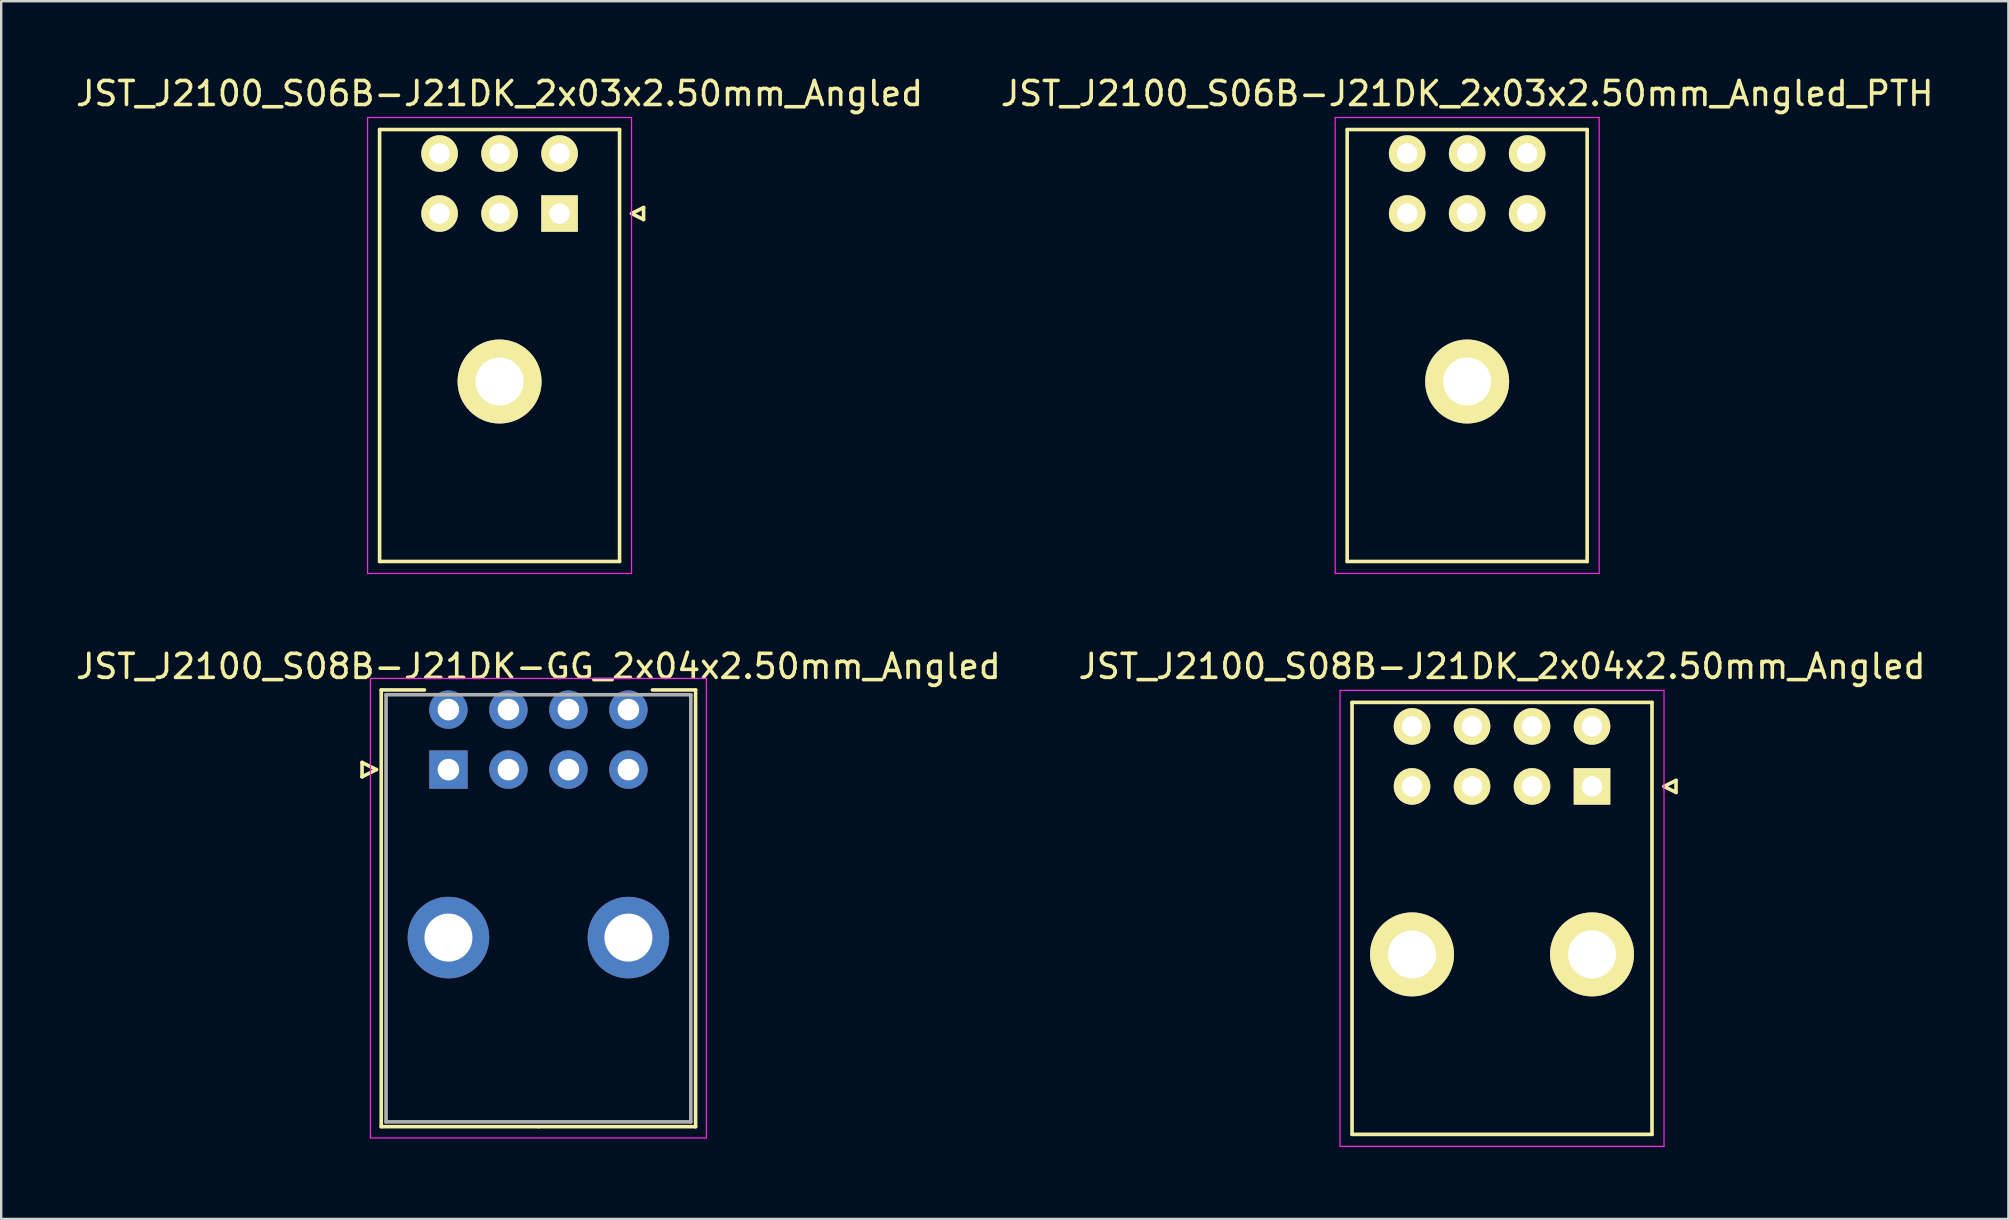
<source format=kicad_pcb>
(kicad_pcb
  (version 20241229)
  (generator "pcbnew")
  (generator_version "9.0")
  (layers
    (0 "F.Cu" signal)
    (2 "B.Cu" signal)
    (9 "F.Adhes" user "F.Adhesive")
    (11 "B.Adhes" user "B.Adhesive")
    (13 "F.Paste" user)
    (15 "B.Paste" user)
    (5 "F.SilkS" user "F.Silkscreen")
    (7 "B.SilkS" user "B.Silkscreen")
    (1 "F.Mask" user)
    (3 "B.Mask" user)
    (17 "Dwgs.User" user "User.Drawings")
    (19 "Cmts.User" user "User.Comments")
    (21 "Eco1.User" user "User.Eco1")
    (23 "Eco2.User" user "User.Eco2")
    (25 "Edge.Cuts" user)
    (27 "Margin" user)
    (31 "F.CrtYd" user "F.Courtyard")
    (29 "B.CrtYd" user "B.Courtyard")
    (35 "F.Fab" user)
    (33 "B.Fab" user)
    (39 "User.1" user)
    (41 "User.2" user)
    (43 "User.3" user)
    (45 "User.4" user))
  (footprint "JST_J2100_S08B-J21DK-GG_2x04x2.50mm_Angled"
    (layer "F.Cu")
    (at 15.637 29.021)
    (property "Reference" "JST_J2100_S08B-J21DK-GG_2x04x2.50mm_Angled" (at 3.75 -4.3 0) (layer "F.SilkS") (effects (font (size 1 1) (thickness 0.15))))
    (attr through_hole)
    (fp_line (start -3.6 -0.3) (end -3 0) (stroke (width 0.15) (type solid)) (layer "F.SilkS"))
    (fp_line (start -3.6 0.3) (end -3.6 -0.3) (stroke (width 0.15) (type solid)) (layer "F.SilkS"))
    (fp_line (start -3 0) (end -3.6 0.3) (stroke (width 0.15) (type solid)) (layer "F.SilkS"))
    (fp_line (start -2.8 -3.32) (end -2.8 14.88) (stroke (width 0.15) (type solid)) (layer "F.SilkS"))
    (fp_line (start -2.8 14.88) (end 3.75 14.88) (stroke (width 0.15) (type solid)) (layer "F.SilkS"))
    (fp_line (start -1 -3.32) (end -2.8 -3.32) (stroke (width 0.15) (type solid)) (layer "F.SilkS"))
    (fp_line (start 8.5 -3.32) (end 10.3 -3.32) (stroke (width 0.15) (type solid)) (layer "F.SilkS"))
    (fp_line (start 10.3 -3.32) (end 10.3 14.88) (stroke (width 0.15) (type solid)) (layer "F.SilkS"))
    (fp_line (start 10.3 14.88) (end 3.75 14.88) (stroke (width 0.15) (type solid)) (layer "F.SilkS"))
    (fp_line (start -3.25 -3.8) (end -3.25 15.35) (stroke (width 0.05) (type solid)) (layer "F.CrtYd"))
    (fp_line (start -3.25 15.35) (end 10.75 15.35) (stroke (width 0.05) (type solid)) (layer "F.CrtYd"))
    (fp_line (start 10.75 -3.8) (end -3.25 -3.8) (stroke (width 0.05) (type solid)) (layer "F.CrtYd"))
    (fp_line (start 10.75 15.35) (end 10.75 -3.8) (stroke (width 0.05) (type solid)) (layer "F.CrtYd"))
    (fp_line (start -2.6 -3.12) (end -2.6 14.68) (stroke (width 0.15) (type solid)) (layer "F.Fab"))
    (fp_line (start -2.6 14.68) (end 10.1 14.68) (stroke (width 0.15) (type solid)) (layer "F.Fab"))
    (fp_line (start 10.1 -3.12) (end -2.6 -3.12) (stroke (width 0.15) (type solid)) (layer "F.Fab"))
    (fp_line (start 10.1 14.68) (end 10.1 -3.12) (stroke (width 0.15) (type solid)) (layer "F.Fab"))
    (pad "" thru_hole circle (at 0 7) (size 3.4 3.4) (drill 2) (layers "*.Cu" "*.Mask"))
    (pad "" thru_hole circle (at 7.5 7) (size 3.4 3.4) (drill 2) (layers "*.Cu" "*.Mask"))
    (pad "1" thru_hole rect (at 0 0) (size 1.6 1.6) (drill 0.9) (layers "*.Cu" "*.Mask"))
    (pad "2" thru_hole circle (at 0 -2.5) (size 1.6 1.6) (drill 0.9) (layers "*.Cu" "*.Mask"))
    (pad "3" thru_hole circle (at 2.5 0) (size 1.6 1.6) (drill 0.9) (layers "*.Cu" "*.Mask"))
    (pad "4" thru_hole circle (at 2.5 -2.5) (size 1.6 1.6) (drill 0.9) (layers "*.Cu" "*.Mask"))
    (pad "5" thru_hole circle (at 5 0) (size 1.6 1.6) (drill 0.9) (layers "*.Cu" "*.Mask"))
    (pad "6" thru_hole circle (at 5 -2.5) (size 1.6 1.6) (drill 0.9) (layers "*.Cu" "*.Mask"))
    (pad "7" thru_hole circle (at 7.5 0) (size 1.6 1.6) (drill 0.9) (layers "*.Cu" "*.Mask"))
    (pad "8" thru_hole circle (at 7.5 -2.5) (size 1.6 1.6) (drill 0.9) (layers "*.Cu" "*.Mask")))
  (footprint "JST_J2100_S06B-J21DK_2x03x2.50mm_Angled_PTH"
    (layer "F.Cu")
    (at 60.589 5.848)
    (property "Reference" "JST_J2100_S06B-J21DK_2x03x2.50mm_Angled_PTH" (at -2.5 -5 0) (layer "F.SilkS") (effects (font (size 1 1) (thickness 0.15))))
    (attr through_hole)
    (fp_line (start -7.5 -3.5) (end -7.5 14.5) (stroke (width 0.15) (type solid)) (layer "F.SilkS"))
    (fp_line (start 2.5 -3.5) (end -7.5 -3.5) (stroke (width 0.15) (type solid)) (layer "F.SilkS"))
    (fp_line (start 2.5 -3.5) (end 2.5 14.5) (stroke (width 0.15) (type solid)) (layer "F.SilkS"))
    (fp_line (start 2.5 14.5) (end -7.5 14.5) (stroke (width 0.15) (type solid)) (layer "F.SilkS"))
    (fp_line (start -8 -4) (end -8 15) (stroke (width 0.05) (type solid)) (layer "F.CrtYd"))
    (fp_line (start -8 15) (end 3 15) (stroke (width 0.05) (type solid)) (layer "F.CrtYd"))
    (fp_line (start 3 -4) (end -8 -4) (stroke (width 0.05) (type solid)) (layer "F.CrtYd"))
    (fp_line (start 3 15) (end 3 -4) (stroke (width 0.05) (type solid)) (layer "F.CrtYd"))
    (pad "" np_thru_hole circle (at -2.5 7) (size 3.5 3.5) (drill 2) (layers "*.Cu" "*.Mask" "F.SilkS"))
    (pad "1" thru_hole circle (at 0 0) (size 1.524 1.524) (drill 0.85) (layers "*.Cu" "*.Mask" "F.SilkS"))
    (pad "2" thru_hole circle (at 0 -2.5) (size 1.524 1.524) (drill 0.85) (layers "*.Cu" "*.Mask" "F.SilkS"))
    (pad "3" thru_hole circle (at -2.5 0) (size 1.524 1.524) (drill 0.85) (layers "*.Cu" "*.Mask" "F.SilkS"))
    (pad "4" thru_hole circle (at -2.5 -2.5) (size 1.524 1.524) (drill 0.85) (layers "*.Cu" "*.Mask" "F.SilkS"))
    (pad "5" thru_hole circle (at -5 0) (size 1.524 1.524) (drill 0.85) (layers "*.Cu" "*.Mask" "F.SilkS"))
    (pad "6" thru_hole circle (at -5 -2.5) (size 1.524 1.524) (drill 0.85) (layers "*.Cu" "*.Mask" "F.SilkS")))
  (footprint "JST_J2100_S08B-J21DK_2x04x2.50mm_Angled"
    (layer "F.Cu")
    (at 63.292 29.721)
    (property "Reference" "JST_J2100_S08B-J21DK_2x04x2.50mm_Angled" (at -3.75 -5 0) (layer "F.SilkS") (effects (font (size 1 1) (thickness 0.15))))
    (attr through_hole)
    (fp_line (start -10 -3.5) (end -10 14.5) (stroke (width 0.15) (type solid)) (layer "F.SilkS"))
    (fp_line (start 2.5 -3.5) (end -10 -3.5) (stroke (width 0.15) (type solid)) (layer "F.SilkS"))
    (fp_line (start 2.5 -3.5) (end 2.5 14.5) (stroke (width 0.15) (type solid)) (layer "F.SilkS"))
    (fp_line (start 2.5 14.5) (end -10 14.5) (stroke (width 0.15) (type solid)) (layer "F.SilkS"))
    (fp_line (start 3 0) (end 3.5 -0.25) (stroke (width 0.15) (type solid)) (layer "F.SilkS"))
    (fp_line (start 3.5 -0.25) (end 3.5 0.25) (stroke (width 0.15) (type solid)) (layer "F.SilkS"))
    (fp_line (start 3.5 0.25) (end 3 0) (stroke (width 0.15) (type solid)) (layer "F.SilkS"))
    (fp_line (start -10.5 -4) (end -10.5 15) (stroke (width 0.05) (type solid)) (layer "F.CrtYd"))
    (fp_line (start -10.5 15) (end 3 15) (stroke (width 0.05) (type solid)) (layer "F.CrtYd"))
    (fp_line (start 3 -4) (end -10.5 -4) (stroke (width 0.05) (type solid)) (layer "F.CrtYd"))
    (fp_line (start 3 15) (end 3 -4) (stroke (width 0.05) (type solid)) (layer "F.CrtYd"))
    (pad "" np_thru_hole circle (at -7.5 7) (size 3.5 3.5) (drill 2) (layers "*.Cu" "*.Mask" "F.SilkS"))
    (pad "" np_thru_hole circle (at 0 7) (size 3.5 3.5) (drill 2) (layers "*.Cu" "*.Mask" "F.SilkS"))
    (pad "1" thru_hole rect (at 0 0) (size 1.524 1.524) (drill 0.85) (layers "*.Cu" "*.Mask" "F.SilkS"))
    (pad "2" thru_hole circle (at 0 -2.5) (size 1.524 1.524) (drill 0.85) (layers "*.Cu" "*.Mask" "F.SilkS"))
    (pad "3" thru_hole circle (at -2.5 0) (size 1.524 1.524) (drill 0.85) (layers "*.Cu" "*.Mask" "F.SilkS"))
    (pad "4" thru_hole circle (at -2.5 -2.5) (size 1.524 1.524) (drill 0.85) (layers "*.Cu" "*.Mask" "F.SilkS"))
    (pad "5" thru_hole circle (at -5 0) (size 1.524 1.524) (drill 0.85) (layers "*.Cu" "*.Mask" "F.SilkS"))
    (pad "6" thru_hole circle (at -5 -2.5) (size 1.524 1.524) (drill 0.85) (layers "*.Cu" "*.Mask" "F.SilkS"))
    (pad "7" thru_hole circle (at -7.5 0) (size 1.524 1.524) (drill 0.85) (layers "*.Cu" "*.Mask" "F.SilkS"))
    (pad "8" thru_hole circle (at -7.5 -2.5) (size 1.524 1.524) (drill 0.85) (layers "*.Cu" "*.Mask" "F.SilkS")))
  (footprint "JST_J2100_S06B-J21DK_2x03x2.50mm_Angled"
    (layer "F.Cu")
    (at 20.268 5.848)
    (property "Reference" "JST_J2100_S06B-J21DK_2x03x2.50mm_Angled" (at -2.5 -5 0) (layer "F.SilkS") (effects (font (size 1 1) (thickness 0.15))))
    (attr through_hole)
    (fp_line (start -7.5 -3.5) (end -7.5 14.5) (stroke (width 0.15) (type solid)) (layer "F.SilkS"))
    (fp_line (start 2.5 -3.5) (end -7.5 -3.5) (stroke (width 0.15) (type solid)) (layer "F.SilkS"))
    (fp_line (start 2.5 -3.5) (end 2.5 14.5) (stroke (width 0.15) (type solid)) (layer "F.SilkS"))
    (fp_line (start 2.5 14.5) (end -7.5 14.5) (stroke (width 0.15) (type solid)) (layer "F.SilkS"))
    (fp_line (start 3 0) (end 3.5 -0.25) (stroke (width 0.15) (type solid)) (layer "F.SilkS"))
    (fp_line (start 3 0) (end 3.5 0.25) (stroke (width 0.15) (type solid)) (layer "F.SilkS"))
    (fp_line (start 3.5 0.25) (end 3.5 -0.25) (stroke (width 0.15) (type solid)) (layer "F.SilkS"))
    (fp_line (start -8 -4) (end -8 15) (stroke (width 0.05) (type solid)) (layer "F.CrtYd"))
    (fp_line (start -8 15) (end 3 15) (stroke (width 0.05) (type solid)) (layer "F.CrtYd"))
    (fp_line (start 3 -4) (end -8 -4) (stroke (width 0.05) (type solid)) (layer "F.CrtYd"))
    (fp_line (start 3 15) (end 3 -4) (stroke (width 0.05) (type solid)) (layer "F.CrtYd"))
    (pad "" np_thru_hole circle (at -2.5 7) (size 3.5 3.5) (drill 2) (layers "*.Cu" "*.Mask" "F.SilkS"))
    (pad "1" thru_hole rect (at 0 0) (size 1.524 1.524) (drill 0.85) (layers "*.Cu" "*.Mask" "F.SilkS"))
    (pad "2" thru_hole circle (at 0 -2.5) (size 1.524 1.524) (drill 0.85) (layers "*.Cu" "*.Mask" "F.SilkS"))
    (pad "3" thru_hole circle (at -2.5 0) (size 1.524 1.524) (drill 0.85) (layers "*.Cu" "*.Mask" "F.SilkS"))
    (pad "4" thru_hole circle (at -2.5 -2.5) (size 1.524 1.524) (drill 0.85) (layers "*.Cu" "*.Mask" "F.SilkS"))
    (pad "5" thru_hole circle (at -5 0) (size 1.524 1.524) (drill 0.85) (layers "*.Cu" "*.Mask" "F.SilkS"))
    (pad "6" thru_hole circle (at -5 -2.5) (size 1.524 1.524) (drill 0.85) (layers "*.Cu" "*.Mask" "F.SilkS")))
  (gr_rect
    (start -3 -3)
    (end 80.643 47.746)
    (stroke (width 0.1) (type default))
    (fill no)
    (layer "Edge.Cuts")))
</source>
